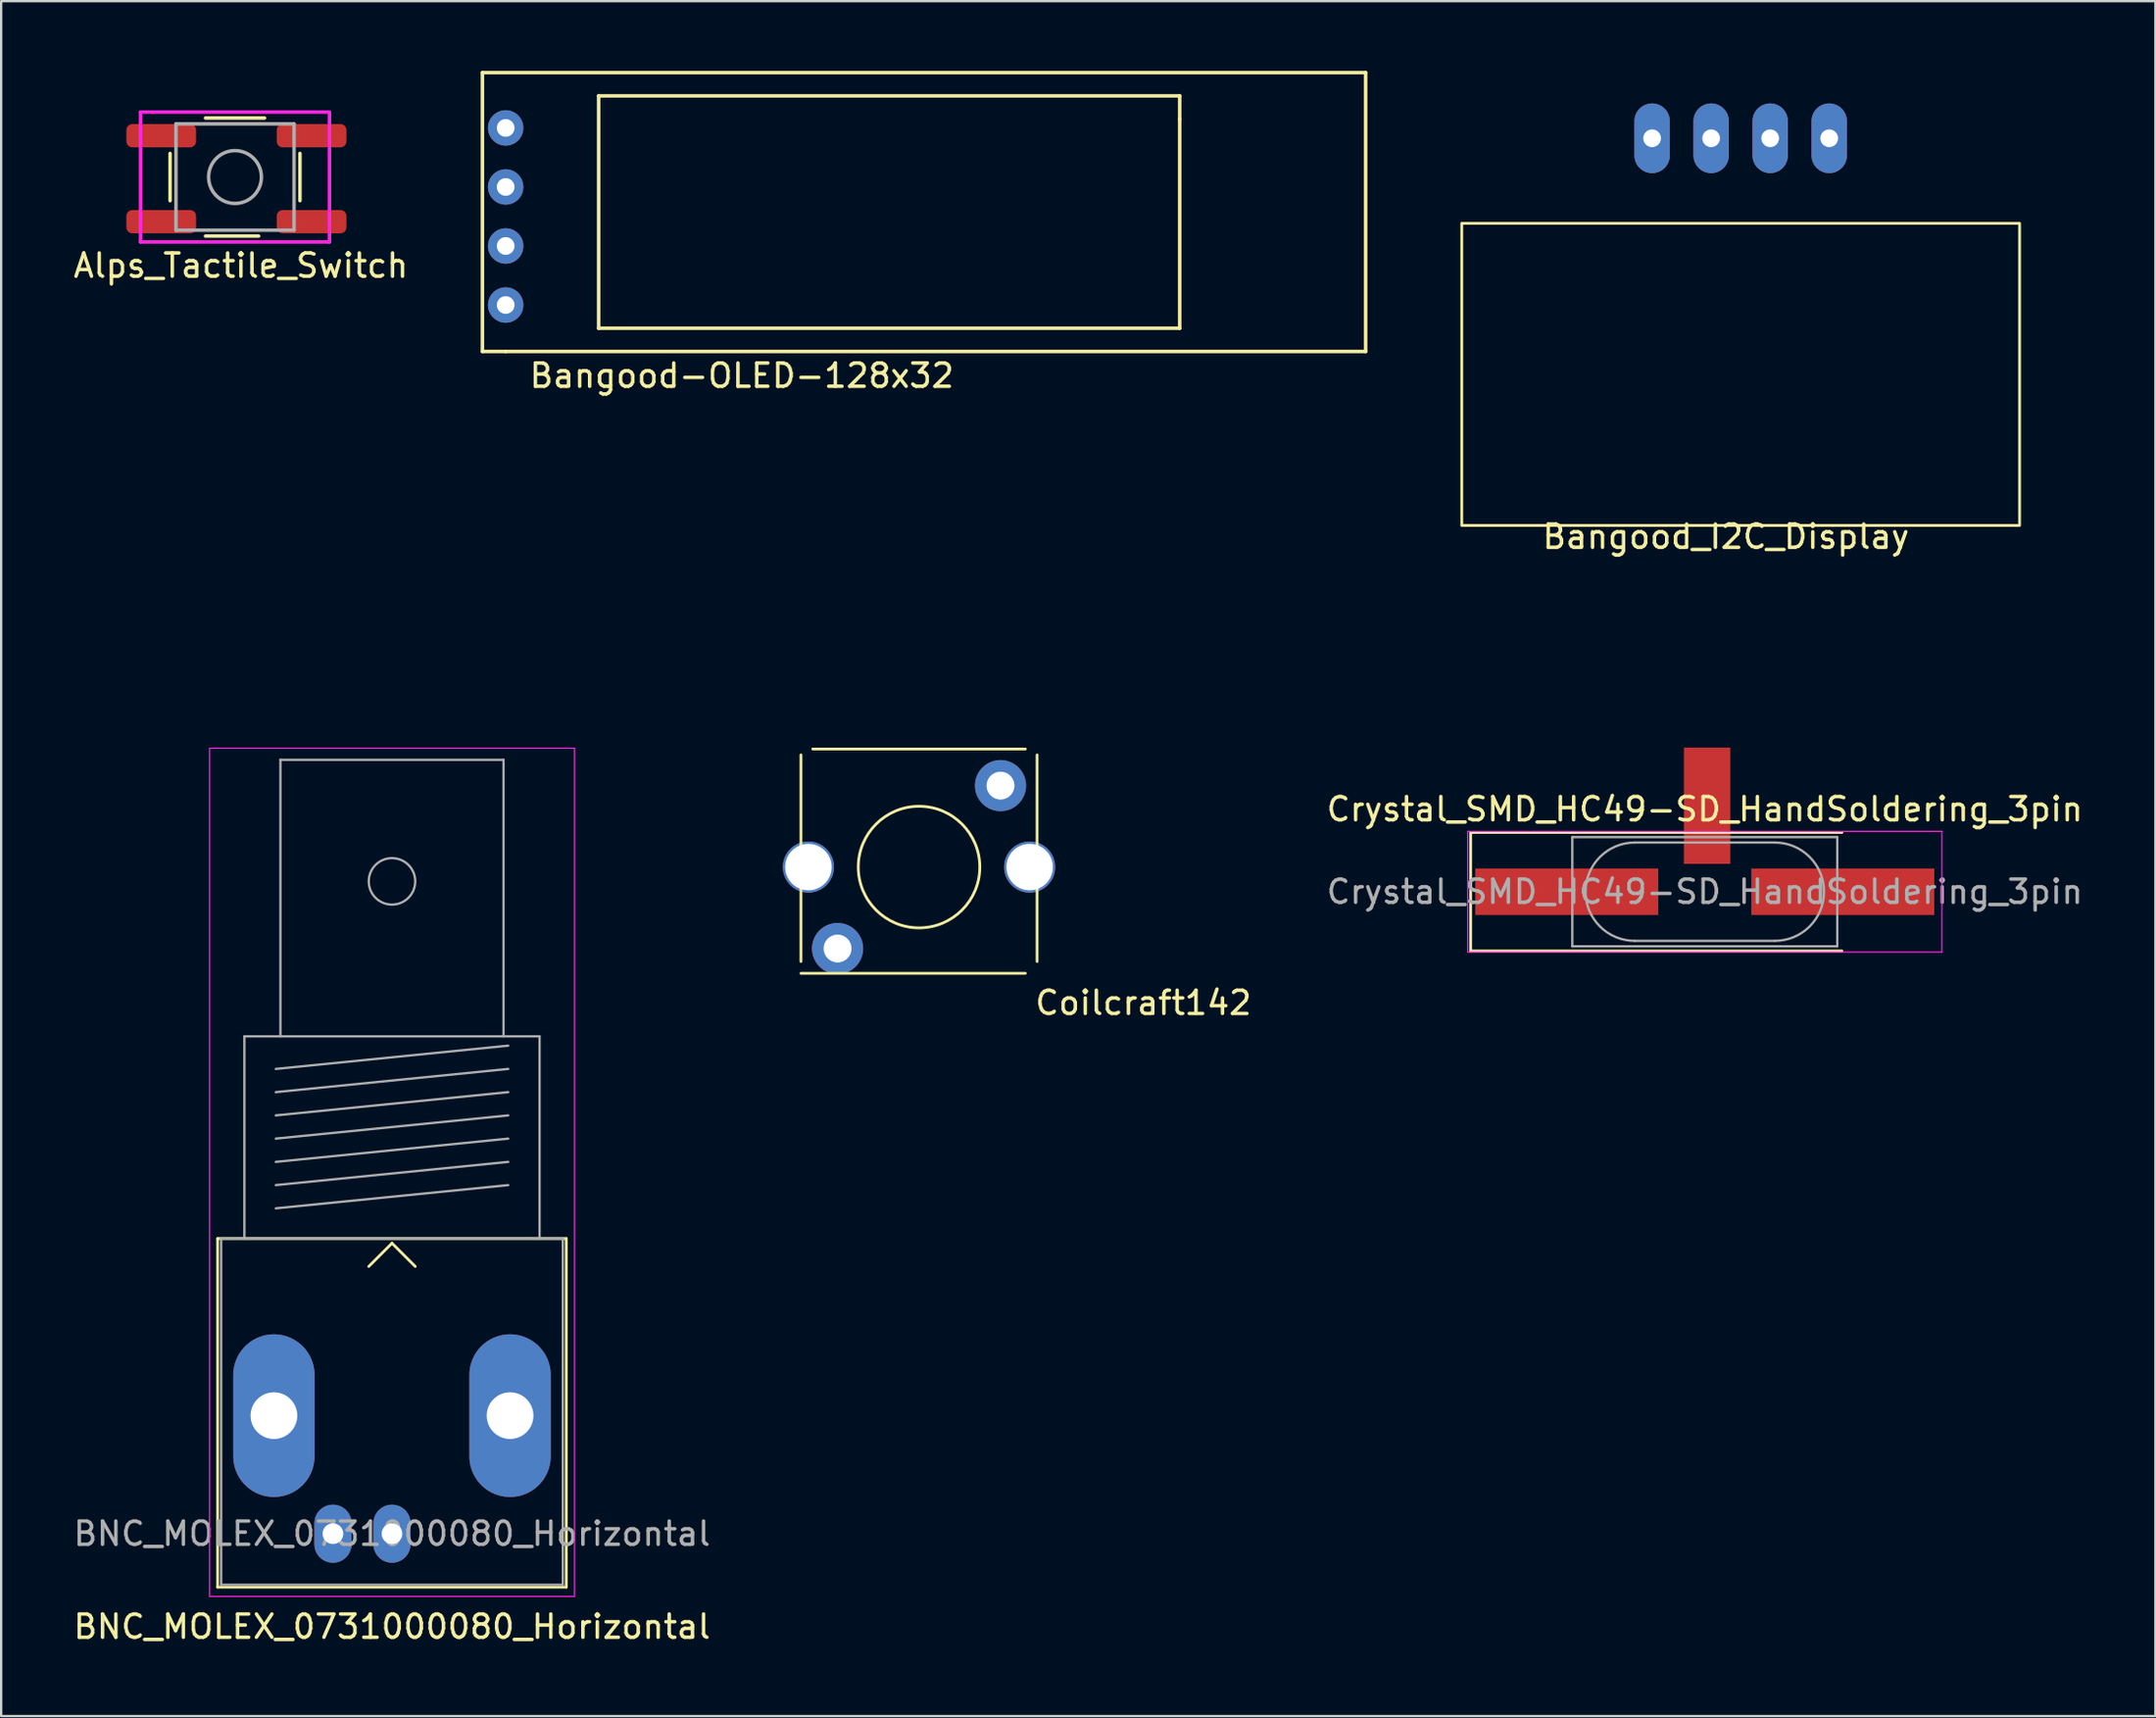
<source format=kicad_pcb>
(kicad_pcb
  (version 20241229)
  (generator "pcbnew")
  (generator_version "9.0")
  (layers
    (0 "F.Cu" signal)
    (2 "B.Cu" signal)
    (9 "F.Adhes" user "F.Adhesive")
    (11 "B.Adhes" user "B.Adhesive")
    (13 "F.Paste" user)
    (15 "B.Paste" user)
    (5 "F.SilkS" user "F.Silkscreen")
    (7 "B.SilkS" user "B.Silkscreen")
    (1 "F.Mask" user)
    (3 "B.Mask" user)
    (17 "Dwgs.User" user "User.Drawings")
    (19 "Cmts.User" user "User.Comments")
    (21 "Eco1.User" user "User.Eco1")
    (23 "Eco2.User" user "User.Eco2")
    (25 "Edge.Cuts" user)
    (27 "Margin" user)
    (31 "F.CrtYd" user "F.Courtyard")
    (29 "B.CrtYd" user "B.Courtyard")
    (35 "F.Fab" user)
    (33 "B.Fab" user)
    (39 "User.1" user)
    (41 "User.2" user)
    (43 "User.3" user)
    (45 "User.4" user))
  (footprint "Crystal_SMD_HC49-SD_HandSoldering_3pin"
    (layer "F.Cu")
    (at 70.298 35.32)
    (property "Reference" "Crystal_SMD_HC49-SD_HandSoldering_3pin" (at 0 -3.55 0) (layer "F.SilkS") (effects (font (size 1 1) (thickness 0.15))))
    (attr smd)
    (fp_line (start -10.075 -2.55) (end -10.075 2.55) (stroke (width 0.12) (type solid)) (layer "F.SilkS"))
    (fp_line (start -10.075 2.55) (end 5.9 2.55) (stroke (width 0.12) (type solid)) (layer "F.SilkS"))
    (fp_line (start 5.9 -2.55) (end -10.075 -2.55) (stroke (width 0.12) (type solid)) (layer "F.SilkS"))
    (fp_line (start -10.2 -2.6) (end -10.2 2.6) (stroke (width 0.05) (type solid)) (layer "F.CrtYd"))
    (fp_line (start -10.2 2.6) (end 10.2 2.6) (stroke (width 0.05) (type solid)) (layer "F.CrtYd"))
    (fp_line (start 10.2 -2.6) (end -10.2 -2.6) (stroke (width 0.05) (type solid)) (layer "F.CrtYd"))
    (fp_line (start 10.2 2.6) (end 10.2 -2.6) (stroke (width 0.05) (type solid)) (layer "F.CrtYd"))
    (fp_line (start -5.7 -2.35) (end -5.7 2.35) (stroke (width 0.1) (type solid)) (layer "F.Fab"))
    (fp_line (start -5.7 2.35) (end 5.7 2.35) (stroke (width 0.1) (type solid)) (layer "F.Fab"))
    (fp_line (start -3.015 -2.115) (end 3.015 -2.115) (stroke (width 0.1) (type solid)) (layer "F.Fab"))
    (fp_line (start -3.015 2.115) (end 3.015 2.115) (stroke (width 0.1) (type solid)) (layer "F.Fab"))
    (fp_line (start 5.7 -2.35) (end -5.7 -2.35) (stroke (width 0.1) (type solid)) (layer "F.Fab"))
    (fp_line (start 5.7 2.35) (end 5.7 -2.35) (stroke (width 0.1) (type solid)) (layer "F.Fab"))
    (fp_arc (start -3.015 2.115) (mid -5.13 0) (end -3.015 -2.115) (stroke (width 0.1) (type solid)) (layer "F.Fab"))
    (fp_arc (start 3.015 -2.115) (mid 5.13 0) (end 3.015 2.115) (stroke (width 0.1) (type solid)) (layer "F.Fab"))
    (fp_text user "${REFERENCE}" (at 0 0 0) (layer "F.Fab") (effects (font (size 1 1) (thickness 0.15))))
    (pad "1" smd rect (at -5.938 0) (size 7.875 2) (layers "F.Cu" "F.Mask" "F.Paste"))
    (pad "2" smd rect (at 0.1 -3.7) (size 2 5) (layers "F.Cu" "F.Mask" "F.Paste"))
    (pad "3" smd rect (at 5.938 0) (size 7.875 2) (layers "F.Cu" "F.Mask" "F.Paste")))
  (footprint "Bangood_I2C_Display"
    (layer "F.Cu")
    (at 71.841 13.06)
    (property "Reference" "Bangood_I2C_Display" (at -0.635 6.985 0) (layer "F.SilkS") (effects (font (size 1 1) (thickness 0.15))))
    (attr through_hole)
    (fp_rect (start -12 -6.5) (end 12 6.5) (stroke (width 0.12) (type default)) (fill no) (layer "F.SilkS"))
    (fp_rect (start -13 -13) (end 13 13) (stroke (width 0.12) (type default)) (fill no) (layer "Eco1.User"))
    (fp_rect (start -12 -6.5) (end 12 6.5) (stroke (width 0.12) (type default)) (fill no) (layer "Eco1.User"))
    (pad "1" thru_hole oval (at -3.81 -10.16) (size 1.524 3) (drill 0.762) (layers "*.Cu" "*.Mask"))
    (pad "2" thru_hole oval (at -1.27 -10.16) (size 1.524 3) (drill 0.762) (layers "*.Cu" "*.Mask"))
    (pad "3" thru_hole oval (at 1.27 -10.16) (size 1.524 3) (drill 0.762) (layers "*.Cu" "*.Mask"))
    (pad "4" thru_hole oval (at 3.81 -10.16) (size 1.524 3) (drill 0.762) (layers "*.Cu" "*.Mask")))
  (footprint "Coilcraft142"
    (layer "F.Cu")
    (at 36.491 34.26)
    (property "Reference" "Coilcraft142" (at 9.652 5.842 0) (layer "F.SilkS") (effects (font (size 1 1) (thickness 0.15))))
    (attr through_hole)
    (fp_line (start -5.08 -4.826) (end -5.08 4.064) (stroke (width 0.12) (type solid)) (layer "F.SilkS"))
    (fp_line (start -5.08 4.572) (end 4.572 4.572) (stroke (width 0.12) (type solid)) (layer "F.SilkS"))
    (fp_line (start 4.572 -5.08) (end -4.572 -5.08) (stroke (width 0.12) (type solid)) (layer "F.SilkS"))
    (fp_line (start 5.08 4.064) (end 5.08 -4.826) (stroke (width 0.12) (type solid)) (layer "F.SilkS"))
    (fp_circle (center 0 0) (end 2.286 1.27) (stroke (width 0.12) (type solid)) (fill no) (layer "F.SilkS"))
    (pad "" np_thru_hole circle (at -4.76 0 20) (size 2.2 2.2) (drill 2) (layers "*.Cu" "*.Mask"))
    (pad "" np_thru_hole circle (at 4.76 0 20) (size 2.2 2.2) (drill 2) (layers "*.Cu" "*.Mask"))
    (pad "1" thru_hole circle (at -3.505 3.505 20) (size 2.2 2.2) (drill 1.2) (layers "*.Cu" "*.Mask"))
    (pad "2" thru_hole circle (at 3.505 -3.505 20) (size 2.2 2.2) (drill 1.2) (layers "*.Cu" "*.Mask")))
  (footprint "Alps_Tactile_Switch"
    (layer "F.Cu")
    (at 9.601 0.25)
    (property "Reference" "Alps_Tactile_Switch" (at -2.286 8.128 0) (layer "F.SilkS") (effects (font (size 1 1) (thickness 0.15))))
    (attr through_hole)
    (fp_line (start -5.334 3.302) (end -5.334 5.334) (stroke (width 0.15) (type solid)) (layer "F.SilkS"))
    (fp_line (start -3.81 1.778) (end -1.27 1.778) (stroke (width 0.15) (type solid)) (layer "F.SilkS"))
    (fp_line (start -3.81 6.858) (end -1.524 6.858) (stroke (width 0.15) (type solid)) (layer "F.SilkS"))
    (fp_line (start 0.254 3.302) (end 0.254 5.334) (stroke (width 0.15) (type solid)) (layer "F.SilkS"))
    (fp_line (start -6.604 1.524) (end -6.096 1.524) (stroke (width 0.15) (type solid)) (layer "F.CrtYd"))
    (fp_line (start -6.604 7.112) (end -6.604 1.524) (stroke (width 0.15) (type solid)) (layer "F.CrtYd"))
    (fp_line (start -6.096 1.524) (end 1.524 1.524) (stroke (width 0.15) (type solid)) (layer "F.CrtYd"))
    (fp_line (start 1.524 1.524) (end 1.524 7.112) (stroke (width 0.15) (type solid)) (layer "F.CrtYd"))
    (fp_line (start 1.524 7.112) (end -6.604 7.112) (stroke (width 0.15) (type solid)) (layer "F.CrtYd"))
    (fp_line (start -5.08 2.032) (end 0 2.032) (stroke (width 0.15) (type solid)) (layer "F.Fab"))
    (fp_line (start -5.08 6.604) (end -5.08 2.032) (stroke (width 0.15) (type solid)) (layer "F.Fab"))
    (fp_line (start 0 2.032) (end 0 6.604) (stroke (width 0.15) (type solid)) (layer "F.Fab"))
    (fp_line (start 0 6.604) (end -5.08 6.604) (stroke (width 0.15) (type solid)) (layer "F.Fab"))
    (fp_circle (center -2.54 4.318) (end -1.524 4.826) (stroke (width 0.15) (type solid)) (fill no) (layer "F.Fab"))
    (pad "1" smd roundrect (at -5.715 2.54) (size 3 1) (layers "F.Cu" "F.Mask" "F.Paste") (roundrect_rratio 0.25))
    (pad "1" smd roundrect (at 0.755 2.54) (size 3 1) (layers "F.Cu" "F.Mask" "F.Paste") (roundrect_rratio 0.25))
    (pad "2" smd roundrect (at -5.715 6.24) (size 3 1) (layers "F.Cu" "F.Mask" "F.Paste") (roundrect_rratio 0.25))
    (pad "2" smd roundrect (at 0.755 6.24) (size 3 1) (layers "F.Cu" "F.Mask" "F.Paste") (roundrect_rratio 0.25)))
  (footprint "Bangood-OLED-128x32"
    (layer "F.Cu")
    (at 28.866 12.615)
    (property "Reference" "Bangood-OLED-128x32" (at 0 0.5 0) (layer "F.SilkS") (effects (font (size 1 1) (thickness 0.15))))
    (attr through_hole)
    (fp_line (start -11.16 -12.54) (end -11.16 -0.54) (stroke (width 0.15) (type solid)) (layer "F.SilkS"))
    (fp_line (start -11.16 -0.54) (end -10.16 -0.54) (stroke (width 0.15) (type solid)) (layer "F.SilkS"))
    (fp_line (start -10.16 -0.54) (end 26.84 -0.54) (stroke (width 0.15) (type solid)) (layer "F.SilkS"))
    (fp_line (start -6.16 -11.54) (end -6.16 -1.54) (stroke (width 0.15) (type solid)) (layer "F.SilkS"))
    (fp_line (start -6.16 -1.54) (end 18.84 -1.54) (stroke (width 0.15) (type solid)) (layer "F.SilkS"))
    (fp_line (start 18.84 -11.54) (end -6.16 -11.54) (stroke (width 0.15) (type solid)) (layer "F.SilkS"))
    (fp_line (start 18.84 -10.54) (end 18.84 -11.54) (stroke (width 0.15) (type solid)) (layer "F.SilkS"))
    (fp_line (start 18.84 -1.54) (end 18.84 -10.54) (stroke (width 0.15) (type solid)) (layer "F.SilkS"))
    (fp_line (start 26.84 -12.54) (end -11.16 -12.54) (stroke (width 0.15) (type solid)) (layer "F.SilkS"))
    (fp_line (start 26.84 -0.54) (end 26.84 -12.54) (stroke (width 0.15) (type solid)) (layer "F.SilkS"))
    (pad "1" thru_hole circle (at -10.16 -2.54) (size 1.524 1.524) (drill 0.762) (layers "*.Cu" "*.Mask"))
    (pad "2" thru_hole circle (at -10.16 -5.08) (size 1.524 1.524) (drill 0.762) (layers "*.Cu" "*.Mask"))
    (pad "3" thru_hole circle (at -10.16 -7.62) (size 1.524 1.524) (drill 0.762) (layers "*.Cu" "*.Mask"))
    (pad "4" thru_hole circle (at -10.16 -10.16) (size 1.524 1.524) (drill 0.762) (layers "*.Cu" "*.Mask")))
  (footprint "BNC_MOLEX_0731000080_Horizontal"
    (layer "F.Cu")
    (at 13.815 62.945)
    (property "Reference" "BNC_MOLEX_0731000080_Horizontal" (at 0 4 0) (layer "F.SilkS") (effects (font (size 1 1) (thickness 0.15))))
    (attr through_hole)
    (fp_line (start -7.5 -12.7) (end 7.5 -12.7) (stroke (width 0.12) (type solid)) (layer "F.SilkS"))
    (fp_line (start -7.5 2.3) (end -7.5 -12.7) (stroke (width 0.12) (type solid)) (layer "F.SilkS"))
    (fp_line (start 0 -12.5) (end -1 -11.5) (stroke (width 0.12) (type solid)) (layer "F.SilkS"))
    (fp_line (start 0 -12.5) (end 1 -11.5) (stroke (width 0.12) (type solid)) (layer "F.SilkS"))
    (fp_line (start 7.5 -12.7) (end 7.5 2.3) (stroke (width 0.12) (type solid)) (layer "F.SilkS"))
    (fp_line (start 7.5 2.3) (end -7.5 2.3) (stroke (width 0.12) (type solid)) (layer "F.SilkS"))
    (fp_line (start -7.85 2.7) (end -7.85 -33.8) (stroke (width 0.05) (type solid)) (layer "F.CrtYd"))
    (fp_line (start -7.85 2.7) (end 7.85 2.7) (stroke (width 0.05) (type solid)) (layer "F.CrtYd"))
    (fp_line (start 7.85 -33.8) (end -7.85 -33.8) (stroke (width 0.05) (type solid)) (layer "F.CrtYd"))
    (fp_line (start 7.85 2.7) (end 7.85 -33.8) (stroke (width 0.05) (type solid)) (layer "F.CrtYd"))
    (fp_line (start -7.35 -12.7) (end -7.35 2.2) (stroke (width 0.1) (type solid)) (layer "F.Fab"))
    (fp_line (start -7.35 2.2) (end 7.35 2.2) (stroke (width 0.1) (type solid)) (layer "F.Fab"))
    (fp_line (start -6.35 -21.4) (end -6.35 -12.7) (stroke (width 0.1) (type solid)) (layer "F.Fab"))
    (fp_line (start -5 -20) (end 5 -21) (stroke (width 0.1) (type solid)) (layer "F.Fab"))
    (fp_line (start -5 -19) (end 5 -20) (stroke (width 0.1) (type solid)) (layer "F.Fab"))
    (fp_line (start -5 -18) (end 5 -19) (stroke (width 0.1) (type solid)) (layer "F.Fab"))
    (fp_line (start -5 -17) (end 5 -18) (stroke (width 0.1) (type solid)) (layer "F.Fab"))
    (fp_line (start -5 -16) (end 5 -17) (stroke (width 0.1) (type solid)) (layer "F.Fab"))
    (fp_line (start -5 -15) (end 5 -16) (stroke (width 0.1) (type solid)) (layer "F.Fab"))
    (fp_line (start -5 -14) (end 5 -15) (stroke (width 0.1) (type solid)) (layer "F.Fab"))
    (fp_line (start -4.8 -33.3) (end -4.8 -21.4) (stroke (width 0.1) (type solid)) (layer "F.Fab"))
    (fp_line (start 4.8 -33.3) (end -4.8 -33.3) (stroke (width 0.1) (type solid)) (layer "F.Fab"))
    (fp_line (start 4.8 -21.4) (end 4.8 -33.3) (stroke (width 0.1) (type solid)) (layer "F.Fab"))
    (fp_line (start 6.35 -21.4) (end -6.35 -21.4) (stroke (width 0.1) (type solid)) (layer "F.Fab"))
    (fp_line (start 6.35 -12.7) (end 6.35 -21.4) (stroke (width 0.1) (type solid)) (layer "F.Fab"))
    (fp_line (start 7.35 -12.7) (end -7.35 -12.7) (stroke (width 0.1) (type solid)) (layer "F.Fab"))
    (fp_line (start 7.35 2.2) (end 7.35 -12.7) (stroke (width 0.1) (type solid)) (layer "F.Fab"))
    (fp_circle (center 0 -28.07) (end 1 -28.07) (stroke (width 0.1) (type solid)) (fill no) (layer "F.Fab"))
    (fp_text user "${REFERENCE}" (at 0 0 0) (layer "F.Fab") (effects (font (size 1 1) (thickness 0.15))))
    (pad "1" thru_hole oval (at 0 0) (size 1.6 2.5) (drill 0.89) (layers "*.Cu" "*.Mask"))
    (pad "2" thru_hole oval (at -5.08 -5.08) (size 3.5 7) (drill 2.01) (layers "*.Cu" "*.Mask"))
    (pad "2" thru_hole oval (at -2.54 0) (size 1.6 2.5) (drill 0.89) (layers "*.Cu" "*.Mask"))
    (pad "2" thru_hole oval (at 5.08 -5.08) (size 3.5 7) (drill 2.01) (layers "*.Cu" "*.Mask")))
  (gr_rect
    (start -3 -3)
    (end 89.685 70.793)
    (stroke (width 0.1) (type default))
    (fill no)
    (layer "Edge.Cuts")))
</source>
